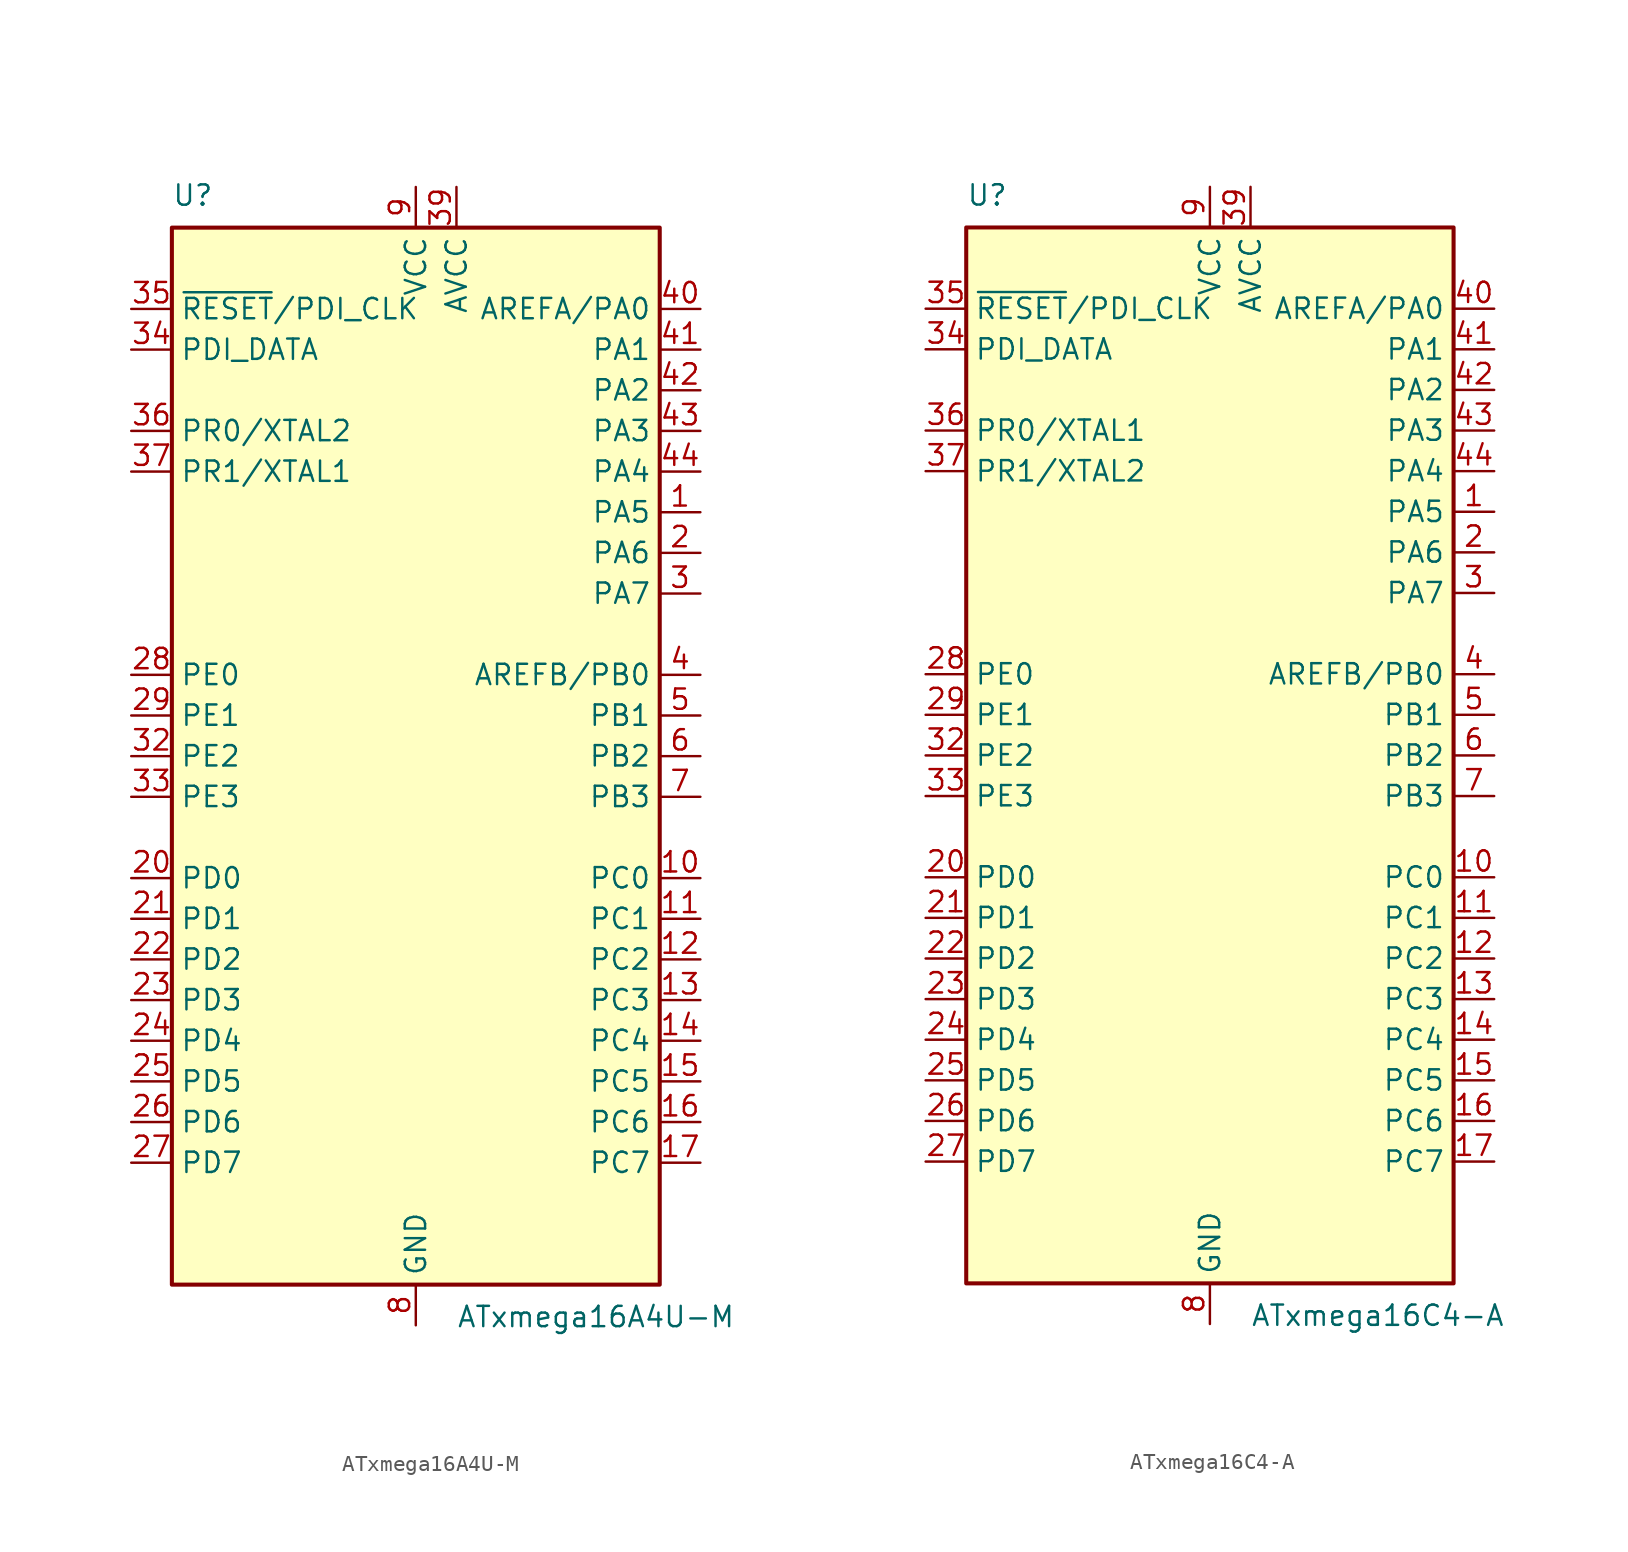
<source format=kicad_sym>
(kicad_symbol_lib
  (version 20201005)
  (generator kicad_symbol_editor)
  (symbol "ATxmega16A4U-M"
    (property "Reference" "U"
      (at -15.24 34.29 0)
      (effects (font (size 1.27 1.27)) (justify left bottom)))
    (property "Value" "ATxmega16A4U-M"
      (at 2.54 -34.29 0)
      (effects (font (size 1.27 1.27)) (justify left top)))
    (symbol "ATxmega16A4U-M_0_1"
      (rectangle (start -15.24 -33.02) (end 15.24 33.02) (stroke (width 0.254)) (fill (type background))))
    (symbol "ATxmega16A4U-M_1_1"
      (pin bidirectional line (at 17.78 15.24 180) (length 2.54) (name "PA5" (effects (font (size 1.27 1.27)))) (number "1" (effects (font (size 1.27 1.27)))))
      (pin bidirectional line (at 17.78 -7.62 180) (length 2.54) (name "PC0" (effects (font (size 1.27 1.27)))) (number "10" (effects (font (size 1.27 1.27)))))
      (pin bidirectional line (at 17.78 -10.16 180) (length 2.54) (name "PC1" (effects (font (size 1.27 1.27)))) (number "11" (effects (font (size 1.27 1.27)))))
      (pin bidirectional line (at 17.78 -12.7 180) (length 2.54) (name "PC2" (effects (font (size 1.27 1.27)))) (number "12" (effects (font (size 1.27 1.27)))))
      (pin bidirectional line (at 17.78 -15.24 180) (length 2.54) (name "PC3" (effects (font (size 1.27 1.27)))) (number "13" (effects (font (size 1.27 1.27)))))
      (pin bidirectional line (at 17.78 -17.78 180) (length 2.54) (name "PC4" (effects (font (size 1.27 1.27)))) (number "14" (effects (font (size 1.27 1.27)))))
      (pin bidirectional line (at 17.78 -20.32 180) (length 2.54) (name "PC5" (effects (font (size 1.27 1.27)))) (number "15" (effects (font (size 1.27 1.27)))))
      (pin bidirectional line (at 17.78 -22.86 180) (length 2.54) (name "PC6" (effects (font (size 1.27 1.27)))) (number "16" (effects (font (size 1.27 1.27)))))
      (pin bidirectional line (at 17.78 -25.4 180) (length 2.54) (name "PC7" (effects (font (size 1.27 1.27)))) (number "17" (effects (font (size 1.27 1.27)))))
      (pin passive line (at 0 -35.56 90) (length 2.54) hide (name "GND" (effects (font (size 1.27 1.27)))) (number "18" (effects (font (size 1.27 1.27)))))
      (pin passive line (at 0 35.56 270) (length 2.54) hide (name "VCC" (effects (font (size 1.27 1.27)))) (number "19" (effects (font (size 1.27 1.27)))))
      (pin bidirectional line (at 17.78 12.7 180) (length 2.54) (name "PA6" (effects (font (size 1.27 1.27)))) (number "2" (effects (font (size 1.27 1.27)))))
      (pin bidirectional line (at -17.78 -7.62 0) (length 2.54) (name "PD0" (effects (font (size 1.27 1.27)))) (number "20" (effects (font (size 1.27 1.27)))))
      (pin bidirectional line (at -17.78 -10.16 0) (length 2.54) (name "PD1" (effects (font (size 1.27 1.27)))) (number "21" (effects (font (size 1.27 1.27)))))
      (pin bidirectional line (at -17.78 -12.7 0) (length 2.54) (name "PD2" (effects (font (size 1.27 1.27)))) (number "22" (effects (font (size 1.27 1.27)))))
      (pin bidirectional line (at -17.78 -15.24 0) (length 2.54) (name "PD3" (effects (font (size 1.27 1.27)))) (number "23" (effects (font (size 1.27 1.27)))))
      (pin bidirectional line (at -17.78 -17.78 0) (length 2.54) (name "PD4" (effects (font (size 1.27 1.27)))) (number "24" (effects (font (size 1.27 1.27)))))
      (pin bidirectional line (at -17.78 -20.32 0) (length 2.54) (name "PD5" (effects (font (size 1.27 1.27)))) (number "25" (effects (font (size 1.27 1.27)))))
      (pin bidirectional line (at -17.78 -22.86 0) (length 2.54) (name "PD6" (effects (font (size 1.27 1.27)))) (number "26" (effects (font (size 1.27 1.27)))))
      (pin bidirectional line (at -17.78 -25.4 0) (length 2.54) (name "PD7" (effects (font (size 1.27 1.27)))) (number "27" (effects (font (size 1.27 1.27)))))
      (pin bidirectional line (at -17.78 5.08 0) (length 2.54) (name "PE0" (effects (font (size 1.27 1.27)))) (number "28" (effects (font (size 1.27 1.27)))))
      (pin bidirectional line (at -17.78 2.54 0) (length 2.54) (name "PE1" (effects (font (size 1.27 1.27)))) (number "29" (effects (font (size 1.27 1.27)))))
      (pin bidirectional line (at 17.78 10.16 180) (length 2.54) (name "PA7" (effects (font (size 1.27 1.27)))) (number "3" (effects (font (size 1.27 1.27)))))
      (pin passive line (at 0 -35.56 90) (length 2.54) hide (name "GND" (effects (font (size 1.27 1.27)))) (number "30" (effects (font (size 1.27 1.27)))))
      (pin passive line (at 0 35.56 270) (length 2.54) hide (name "VCC" (effects (font (size 1.27 1.27)))) (number "31" (effects (font (size 1.27 1.27)))))
      (pin bidirectional line (at -17.78 0 0) (length 2.54) (name "PE2" (effects (font (size 1.27 1.27)))) (number "32" (effects (font (size 1.27 1.27)))))
      (pin bidirectional line (at -17.78 -2.54 0) (length 2.54) (name "PE3" (effects (font (size 1.27 1.27)))) (number "33" (effects (font (size 1.27 1.27)))))
      (pin bidirectional line (at -17.78 25.4 0) (length 2.54) (name "PDI_DATA" (effects (font (size 1.27 1.27)))) (number "34" (effects (font (size 1.27 1.27)))))
      (pin input line (at -17.78 27.94 0) (length 2.54) (name "~RESET~/PDI_CLK" (effects (font (size 1.27 1.27)))) (number "35" (effects (font (size 1.27 1.27)))))
      (pin bidirectional line (at -17.78 20.32 0) (length 2.54) (name "PR0/XTAL2" (effects (font (size 1.27 1.27)))) (number "36" (effects (font (size 1.27 1.27)))))
      (pin bidirectional line (at -17.78 17.78 0) (length 2.54) (name "PR1/XTAL1" (effects (font (size 1.27 1.27)))) (number "37" (effects (font (size 1.27 1.27)))))
      (pin passive line (at 0 -35.56 90) (length 2.54) hide (name "GND" (effects (font (size 1.27 1.27)))) (number "38" (effects (font (size 1.27 1.27)))))
      (pin power_in line (at 2.54 35.56 270) (length 2.54) (name "AVCC" (effects (font (size 1.27 1.27)))) (number "39" (effects (font (size 1.27 1.27)))))
      (pin bidirectional line (at 17.78 5.08 180) (length 2.54) (name "AREFB/PB0" (effects (font (size 1.27 1.27)))) (number "4" (effects (font (size 1.27 1.27)))))
      (pin bidirectional line (at 17.78 27.94 180) (length 2.54) (name "AREFA/PA0" (effects (font (size 1.27 1.27)))) (number "40" (effects (font (size 1.27 1.27)))))
      (pin bidirectional line (at 17.78 25.4 180) (length 2.54) (name "PA1" (effects (font (size 1.27 1.27)))) (number "41" (effects (font (size 1.27 1.27)))))
      (pin bidirectional line (at 17.78 22.86 180) (length 2.54) (name "PA2" (effects (font (size 1.27 1.27)))) (number "42" (effects (font (size 1.27 1.27)))))
      (pin bidirectional line (at 17.78 20.32 180) (length 2.54) (name "PA3" (effects (font (size 1.27 1.27)))) (number "43" (effects (font (size 1.27 1.27)))))
      (pin bidirectional line (at 17.78 17.78 180) (length 2.54) (name "PA4" (effects (font (size 1.27 1.27)))) (number "44" (effects (font (size 1.27 1.27)))))
      (pin passive line (at 0 -35.56 90) (length 2.54) hide (name "GND" (effects (font (size 1.27 1.27)))) (number "45" (effects (font (size 1.27 1.27)))))
      (pin bidirectional line (at 17.78 2.54 180) (length 2.54) (name "PB1" (effects (font (size 1.27 1.27)))) (number "5" (effects (font (size 1.27 1.27)))))
      (pin bidirectional line (at 17.78 0 180) (length 2.54) (name "PB2" (effects (font (size 1.27 1.27)))) (number "6" (effects (font (size 1.27 1.27)))))
      (pin bidirectional line (at 17.78 -2.54 180) (length 2.54) (name "PB3" (effects (font (size 1.27 1.27)))) (number "7" (effects (font (size 1.27 1.27)))))
      (pin power_in line (at 0 -35.56 90) (length 2.54) (name "GND" (effects (font (size 1.27 1.27)))) (number "8" (effects (font (size 1.27 1.27)))))
      (pin power_in line (at 0 35.56 270) (length 2.54) (name "VCC" (effects (font (size 1.27 1.27)))) (number "9" (effects (font (size 1.27 1.27)))))))
  (symbol "ATxmega16C4-A"
    (property "Reference" "U"
      (at -15.24 34.29 0)
      (effects (font (size 1.27 1.27)) (justify left bottom)))
    (property "Value" "ATxmega16C4-A"
      (at 2.54 -34.29 0)
      (effects (font (size 1.27 1.27)) (justify left top)))
    (symbol "ATxmega16C4-A_0_1"
      (rectangle (start -15.24 -33.02) (end 15.24 33.02) (stroke (width 0.254)) (fill (type background))))
    (symbol "ATxmega16C4-A_1_1"
      (pin bidirectional line (at 17.78 15.24 180) (length 2.54) (name "PA5" (effects (font (size 1.27 1.27)))) (number "1" (effects (font (size 1.27 1.27)))))
      (pin bidirectional line (at 17.78 -7.62 180) (length 2.54) (name "PC0" (effects (font (size 1.27 1.27)))) (number "10" (effects (font (size 1.27 1.27)))))
      (pin bidirectional line (at 17.78 -10.16 180) (length 2.54) (name "PC1" (effects (font (size 1.27 1.27)))) (number "11" (effects (font (size 1.27 1.27)))))
      (pin bidirectional line (at 17.78 -12.7 180) (length 2.54) (name "PC2" (effects (font (size 1.27 1.27)))) (number "12" (effects (font (size 1.27 1.27)))))
      (pin bidirectional line (at 17.78 -15.24 180) (length 2.54) (name "PC3" (effects (font (size 1.27 1.27)))) (number "13" (effects (font (size 1.27 1.27)))))
      (pin bidirectional line (at 17.78 -17.78 180) (length 2.54) (name "PC4" (effects (font (size 1.27 1.27)))) (number "14" (effects (font (size 1.27 1.27)))))
      (pin bidirectional line (at 17.78 -20.32 180) (length 2.54) (name "PC5" (effects (font (size 1.27 1.27)))) (number "15" (effects (font (size 1.27 1.27)))))
      (pin bidirectional line (at 17.78 -22.86 180) (length 2.54) (name "PC6" (effects (font (size 1.27 1.27)))) (number "16" (effects (font (size 1.27 1.27)))))
      (pin bidirectional line (at 17.78 -25.4 180) (length 2.54) (name "PC7" (effects (font (size 1.27 1.27)))) (number "17" (effects (font (size 1.27 1.27)))))
      (pin passive line (at 0 -35.56 90) (length 2.54) hide (name "GND" (effects (font (size 1.27 1.27)))) (number "18" (effects (font (size 1.27 1.27)))))
      (pin passive line (at 0 35.56 270) (length 2.54) hide (name "VCC" (effects (font (size 1.27 1.27)))) (number "19" (effects (font (size 1.27 1.27)))))
      (pin bidirectional line (at 17.78 12.7 180) (length 2.54) (name "PA6" (effects (font (size 1.27 1.27)))) (number "2" (effects (font (size 1.27 1.27)))))
      (pin bidirectional line (at -17.78 -7.62 0) (length 2.54) (name "PD0" (effects (font (size 1.27 1.27)))) (number "20" (effects (font (size 1.27 1.27)))))
      (pin bidirectional line (at -17.78 -10.16 0) (length 2.54) (name "PD1" (effects (font (size 1.27 1.27)))) (number "21" (effects (font (size 1.27 1.27)))))
      (pin bidirectional line (at -17.78 -12.7 0) (length 2.54) (name "PD2" (effects (font (size 1.27 1.27)))) (number "22" (effects (font (size 1.27 1.27)))))
      (pin bidirectional line (at -17.78 -15.24 0) (length 2.54) (name "PD3" (effects (font (size 1.27 1.27)))) (number "23" (effects (font (size 1.27 1.27)))))
      (pin bidirectional line (at -17.78 -17.78 0) (length 2.54) (name "PD4" (effects (font (size 1.27 1.27)))) (number "24" (effects (font (size 1.27 1.27)))))
      (pin bidirectional line (at -17.78 -20.32 0) (length 2.54) (name "PD5" (effects (font (size 1.27 1.27)))) (number "25" (effects (font (size 1.27 1.27)))))
      (pin bidirectional line (at -17.78 -22.86 0) (length 2.54) (name "PD6" (effects (font (size 1.27 1.27)))) (number "26" (effects (font (size 1.27 1.27)))))
      (pin bidirectional line (at -17.78 -25.4 0) (length 2.54) (name "PD7" (effects (font (size 1.27 1.27)))) (number "27" (effects (font (size 1.27 1.27)))))
      (pin bidirectional line (at -17.78 5.08 0) (length 2.54) (name "PE0" (effects (font (size 1.27 1.27)))) (number "28" (effects (font (size 1.27 1.27)))))
      (pin bidirectional line (at -17.78 2.54 0) (length 2.54) (name "PE1" (effects (font (size 1.27 1.27)))) (number "29" (effects (font (size 1.27 1.27)))))
      (pin bidirectional line (at 17.78 10.16 180) (length 2.54) (name "PA7" (effects (font (size 1.27 1.27)))) (number "3" (effects (font (size 1.27 1.27)))))
      (pin passive line (at 0 -35.56 90) (length 2.54) hide (name "GND" (effects (font (size 1.27 1.27)))) (number "30" (effects (font (size 1.27 1.27)))))
      (pin passive line (at 0 35.56 270) (length 2.54) hide (name "VCC" (effects (font (size 1.27 1.27)))) (number "31" (effects (font (size 1.27 1.27)))))
      (pin bidirectional line (at -17.78 0 0) (length 2.54) (name "PE2" (effects (font (size 1.27 1.27)))) (number "32" (effects (font (size 1.27 1.27)))))
      (pin bidirectional line (at -17.78 -2.54 0) (length 2.54) (name "PE3" (effects (font (size 1.27 1.27)))) (number "33" (effects (font (size 1.27 1.27)))))
      (pin bidirectional line (at -17.78 25.4 0) (length 2.54) (name "PDI_DATA" (effects (font (size 1.27 1.27)))) (number "34" (effects (font (size 1.27 1.27)))))
      (pin input line (at -17.78 27.94 0) (length 2.54) (name "~RESET~/PDI_CLK" (effects (font (size 1.27 1.27)))) (number "35" (effects (font (size 1.27 1.27)))))
      (pin bidirectional line (at -17.78 20.32 0) (length 2.54) (name "PR0/XTAL1" (effects (font (size 1.27 1.27)))) (number "36" (effects (font (size 1.27 1.27)))))
      (pin bidirectional line (at -17.78 17.78 0) (length 2.54) (name "PR1/XTAL2" (effects (font (size 1.27 1.27)))) (number "37" (effects (font (size 1.27 1.27)))))
      (pin passive line (at 0 -35.56 90) (length 2.54) hide (name "GND" (effects (font (size 1.27 1.27)))) (number "38" (effects (font (size 1.27 1.27)))))
      (pin power_in line (at 2.54 35.56 270) (length 2.54) (name "AVCC" (effects (font (size 1.27 1.27)))) (number "39" (effects (font (size 1.27 1.27)))))
      (pin bidirectional line (at 17.78 5.08 180) (length 2.54) (name "AREFB/PB0" (effects (font (size 1.27 1.27)))) (number "4" (effects (font (size 1.27 1.27)))))
      (pin bidirectional line (at 17.78 27.94 180) (length 2.54) (name "AREFA/PA0" (effects (font (size 1.27 1.27)))) (number "40" (effects (font (size 1.27 1.27)))))
      (pin bidirectional line (at 17.78 25.4 180) (length 2.54) (name "PA1" (effects (font (size 1.27 1.27)))) (number "41" (effects (font (size 1.27 1.27)))))
      (pin bidirectional line (at 17.78 22.86 180) (length 2.54) (name "PA2" (effects (font (size 1.27 1.27)))) (number "42" (effects (font (size 1.27 1.27)))))
      (pin bidirectional line (at 17.78 20.32 180) (length 2.54) (name "PA3" (effects (font (size 1.27 1.27)))) (number "43" (effects (font (size 1.27 1.27)))))
      (pin bidirectional line (at 17.78 17.78 180) (length 2.54) (name "PA4" (effects (font (size 1.27 1.27)))) (number "44" (effects (font (size 1.27 1.27)))))
      (pin bidirectional line (at 17.78 2.54 180) (length 2.54) (name "PB1" (effects (font (size 1.27 1.27)))) (number "5" (effects (font (size 1.27 1.27)))))
      (pin bidirectional line (at 17.78 0 180) (length 2.54) (name "PB2" (effects (font (size 1.27 1.27)))) (number "6" (effects (font (size 1.27 1.27)))))
      (pin bidirectional line (at 17.78 -2.54 180) (length 2.54) (name "PB3" (effects (font (size 1.27 1.27)))) (number "7" (effects (font (size 1.27 1.27)))))
      (pin power_in line (at 0 -35.56 90) (length 2.54) (name "GND" (effects (font (size 1.27 1.27)))) (number "8" (effects (font (size 1.27 1.27)))))
      (pin power_in line (at 0 35.56 270) (length 2.54) (name "VCC" (effects (font (size 1.27 1.27)))) (number "9" (effects (font (size 1.27 1.27))))))))
</source>
